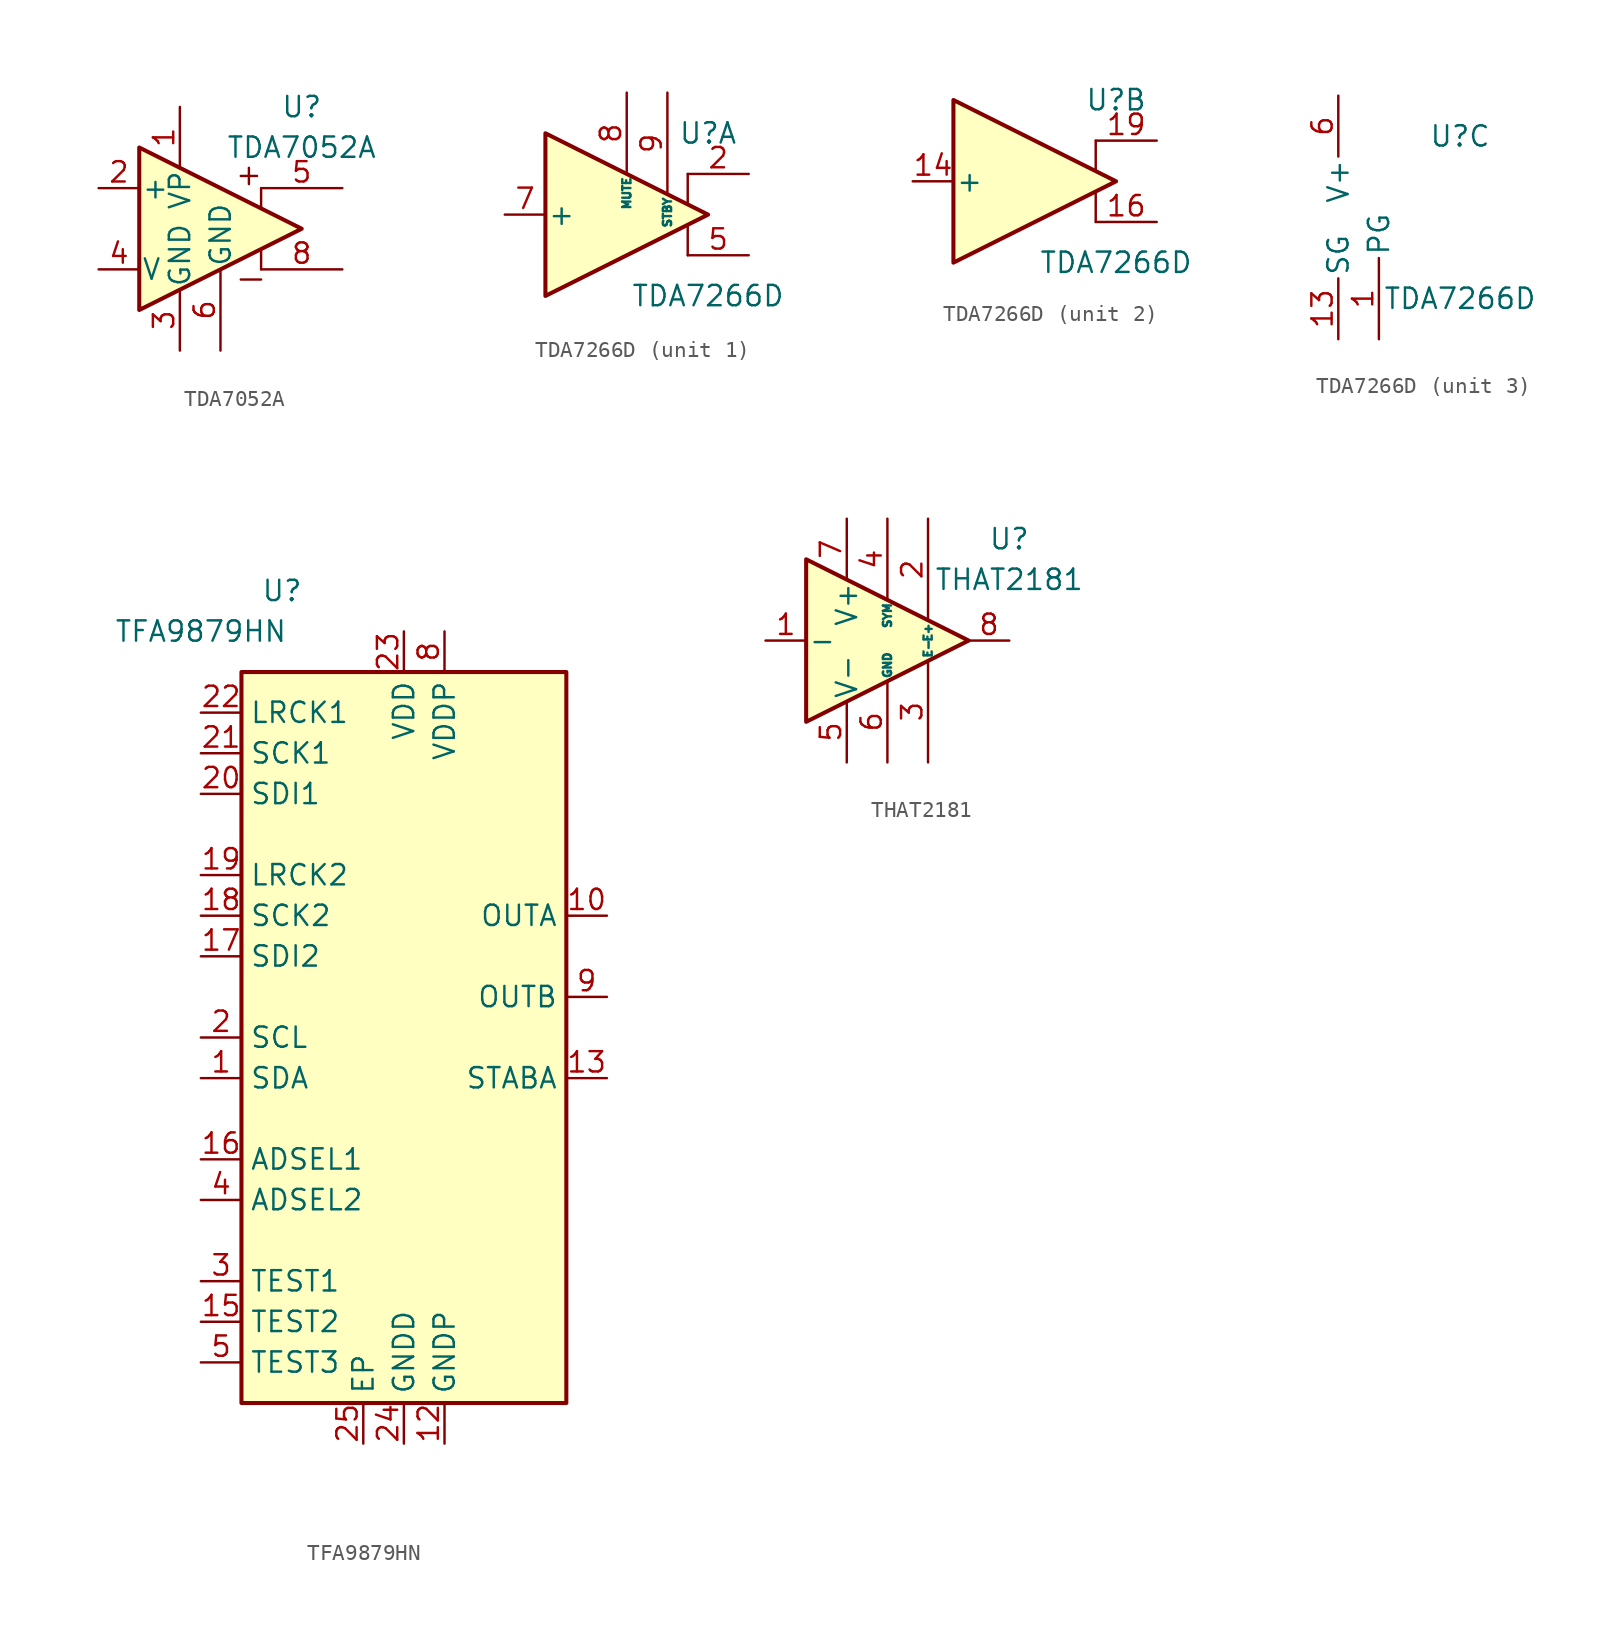
<source format=kicad_sym>
(kicad_symbol_lib
  (version 20211014)
  (generator kicad_symbol_editor)
  (symbol "TDA7052A"
    (pin_names
      (offset 0.127))
    (property "Reference" "U"
      (at 5.08 7.62 0)
      (effects (font (size 1.27 1.27))))
    (property "Value" "TDA7052A"
      (at 5.08 5.08 0)
      (effects (font (size 1.27 1.27))))
    (symbol "TDA7052A_0_1"
      (polyline (pts (xy 1.27 -3.175) (xy 2.54 -3.175)) (stroke (width 0) (type default) (color 0 0 0 0)) (fill (type none)))
      (polyline (pts (xy 2.54 -1.27) (xy 2.54 -2.54)) (stroke (width 0) (type default) (color 0 0 0 0)) (fill (type none)))
      (polyline (pts (xy 2.54 2.54) (xy 2.54 1.27)) (stroke (width 0) (type default) (color 0 0 0 0)) (fill (type none)))
      (polyline (pts (xy 5.08 0) (xy -5.08 5.08) (xy -5.08 -5.08) (xy 5.08 0)) (stroke (width 0.254) (type default) (color 0 0 0 0)) (fill (type background))))
    (symbol "TDA7052A_1_1"
      (polyline (pts (xy 1.778 3.81) (xy 1.778 2.794)) (stroke (width 0) (type default) (color 0 0 0 0)) (fill (type none)))
      (polyline (pts (xy 2.286 3.302) (xy 1.27 3.302)) (stroke (width 0) (type default) (color 0 0 0 0)) (fill (type none)))
      (pin power_in line (at -2.54 7.62 270) (length 3.81) (name "VP" (effects (font (size 1.27 1.27)))) (number "1" (effects (font (size 1.27 1.27)))))
      (pin input line (at -7.62 2.54 0) (length 2.54) (name "+" (effects (font (size 1.27 1.27)))) (number "2" (effects (font (size 1.27 1.27)))))
      (pin power_in line (at -2.54 -7.62 90) (length 3.81) (name "GND" (effects (font (size 1.27 1.27)))) (number "3" (effects (font (size 1.27 1.27)))))
      (pin input line (at -7.62 -2.54 0) (length 2.54) (name "V" (effects (font (size 1.27 1.27)))) (number "4" (effects (font (size 1.27 1.27)))))
      (pin output line (at 7.62 2.54 180) (length 5.08) (name "~" (effects (font (size 1.27 1.27)))) (number "5" (effects (font (size 1.27 1.27)))))
      (pin power_in line (at 0 -7.62 90) (length 5.08) (name "GND" (effects (font (size 1.27 1.27)))) (number "6" (effects (font (size 1.27 1.27)))))
      (pin no_connect line (at 0 2.54 270) (length 2.54) hide (name "NC" (effects (font (size 1.27 1.27)))) (number "7" (effects (font (size 1.27 1.27)))))
      (pin output line (at 7.62 -2.54 180) (length 5.08) (name "~" (effects (font (size 1.27 1.27)))) (number "8" (effects (font (size 1.27 1.27)))))))
  (symbol "TDA7266D"
    (pin_names
      (offset 0.127))
    (property "Reference" "U"
      (at 5.08 5.08 0)
      (effects (font (size 1.27 1.27))))
    (property "Value" "TDA7266D"
      (at 5.08 -5.08 0)
      (effects (font (size 1.27 1.27))))
    (property "ki_locked" ""
      (at 0 0 0)
      (effects (font (size 1.27 1.27))))
    (symbol "TDA7266D_1_1"
      (polyline (pts (xy 3.81 -0.635) (xy 3.81 -2.54)) (stroke (width 0) (type default) (color 0 0 0 0)) (fill (type none)))
      (polyline (pts (xy 3.81 2.54) (xy 3.81 0.635)) (stroke (width 0) (type default) (color 0 0 0 0)) (fill (type none)))
      (polyline (pts (xy 5.08 0) (xy -5.08 5.08) (xy -5.08 -5.08) (xy 5.08 0)) (stroke (width 0.254) (type default) (color 0 0 0 0)) (fill (type background)))
      (pin no_connect line (at 2.54 2.54 270) (length 2.54) hide (name "NC" (effects (font (size 1.27 1.27)))) (number "12" (effects (font (size 1.27 1.27)))))
      (pin no_connect line (at -2.54 -2.54 90) (length 2.54) hide (name "NC" (effects (font (size 1.27 1.27)))) (number "17" (effects (font (size 1.27 1.27)))))
      (pin no_connect line (at 0 -2.54 90) (length 2.54) hide (name "NC" (effects (font (size 1.27 1.27)))) (number "18" (effects (font (size 1.27 1.27)))))
      (pin output line (at 7.62 2.54 180) (length 3.81) (name "~" (effects (font (size 1.27 1.27)))) (number "2" (effects (font (size 1.27 1.27)))))
      (pin no_connect line (at -2.54 2.54 270) (length 2.54) hide (name "NC" (effects (font (size 1.27 1.27)))) (number "3" (effects (font (size 1.27 1.27)))))
      (pin no_connect line (at 0 2.54 270) (length 2.54) hide (name "NC" (effects (font (size 1.27 1.27)))) (number "4" (effects (font (size 1.27 1.27)))))
      (pin output line (at 7.62 -2.54 180) (length 3.81) (name "~" (effects (font (size 1.27 1.27)))) (number "5" (effects (font (size 1.27 1.27)))))
      (pin input line (at -7.62 0 0) (length 2.54) (name "+" (effects (font (size 1.27 1.27)))) (number "7" (effects (font (size 1.27 1.27)))))
      (pin input line (at 0 7.62 270) (length 5.08) (name "MUTE" (effects (font (size 0.508 0.508)))) (number "8" (effects (font (size 1.27 1.27)))))
      (pin input line (at 2.54 7.62 270) (length 6.35) (name "STBY" (effects (font (size 0.508 0.508)))) (number "9" (effects (font (size 1.27 1.27))))))
    (symbol "TDA7266D_2_1"
      (polyline (pts (xy 3.81 -0.635) (xy 3.81 -2.54)) (stroke (width 0) (type default) (color 0 0 0 0)) (fill (type none)))
      (polyline (pts (xy 3.81 2.54) (xy 3.81 0.635)) (stroke (width 0) (type default) (color 0 0 0 0)) (fill (type none)))
      (polyline (pts (xy 5.08 0) (xy -5.08 5.08) (xy -5.08 -5.08) (xy 5.08 0)) (stroke (width 0.254) (type default) (color 0 0 0 0)) (fill (type background)))
      (pin input line (at -7.62 0 0) (length 2.54) (name "+" (effects (font (size 1.27 1.27)))) (number "14" (effects (font (size 1.27 1.27)))))
      (pin output line (at 7.62 -2.54 180) (length 3.81) (name "~" (effects (font (size 1.27 1.27)))) (number "16" (effects (font (size 1.27 1.27)))))
      (pin output line (at 7.62 2.54 180) (length 3.81) (name "~" (effects (font (size 1.27 1.27)))) (number "19" (effects (font (size 1.27 1.27))))))
    (symbol "TDA7266D_3_1"
      (pin power_in line (at 0 -7.62 90) (length 5.08) (name "PG" (effects (font (size 1.27 1.27)))) (number "1" (effects (font (size 1.27 1.27)))))
      (pin passive line (at 0 -7.62 90) (length 5.08) hide (name "PG" (effects (font (size 1.27 1.27)))) (number "10" (effects (font (size 1.27 1.27)))))
      (pin passive line (at 0 -7.62 90) (length 5.08) hide (name "PG" (effects (font (size 1.27 1.27)))) (number "11" (effects (font (size 1.27 1.27)))))
      (pin power_in line (at -2.54 -7.62 90) (length 3.81) (name "SG" (effects (font (size 1.27 1.27)))) (number "13" (effects (font (size 1.27 1.27)))))
      (pin passive line (at -2.54 7.62 270) (length 3.81) hide (name "V+" (effects (font (size 1.27 1.27)))) (number "15" (effects (font (size 1.27 1.27)))))
      (pin passive line (at 0 -7.62 90) (length 5.08) hide (name "PG" (effects (font (size 1.27 1.27)))) (number "20" (effects (font (size 1.27 1.27)))))
      (pin power_in line (at -2.54 7.62 270) (length 3.81) (name "V+" (effects (font (size 1.27 1.27)))) (number "6" (effects (font (size 1.27 1.27)))))))
  (symbol "TFA9879HN"
    (property "Reference" "U"
      (at -7.62 27.94 0)
      (effects (font (size 1.27 1.27))))
    (property "Value" "TFA9879HN"
      (at -12.7 25.4 0)
      (effects (font (size 1.27 1.27))))
    (symbol "TFA9879HN_0_1"
      (polyline (pts (xy -10.16 22.86) (xy 10.16 22.86) (xy 10.16 -22.86) (xy -10.16 -22.86) (xy -10.16 22.86)) (stroke (width 0.254) (type default) (color 0 0 0 0)) (fill (type background))))
    (symbol "TFA9879HN_1_1"
      (pin bidirectional line (at -12.7 -2.54 0) (length 2.54) (name "SDA" (effects (font (size 1.27 1.27)))) (number "1" (effects (font (size 1.27 1.27)))))
      (pin output line (at 12.7 7.62 180) (length 2.54) (name "OUTA" (effects (font (size 1.27 1.27)))) (number "10" (effects (font (size 1.27 1.27)))))
      (pin passive line (at 2.54 -25.4 90) (length 2.54) hide (name "GNDP" (effects (font (size 1.27 1.27)))) (number "11" (effects (font (size 1.27 1.27)))))
      (pin power_in line (at 2.54 -25.4 90) (length 2.54) (name "GNDP" (effects (font (size 1.27 1.27)))) (number "12" (effects (font (size 1.27 1.27)))))
      (pin output line (at 12.7 -2.54 180) (length 2.54) (name "STABA" (effects (font (size 1.27 1.27)))) (number "13" (effects (font (size 1.27 1.27)))))
      (pin no_connect line (at 10.16 -10.16 180) (length 2.54) hide (name "NC" (effects (font (size 1.27 1.27)))) (number "14" (effects (font (size 1.27 1.27)))))
      (pin input line (at -12.7 -17.78 0) (length 2.54) (name "TEST2" (effects (font (size 1.27 1.27)))) (number "15" (effects (font (size 1.27 1.27)))))
      (pin input line (at -12.7 -7.62 0) (length 2.54) (name "ADSEL1" (effects (font (size 1.27 1.27)))) (number "16" (effects (font (size 1.27 1.27)))))
      (pin input line (at -12.7 5.08 0) (length 2.54) (name "SDI2" (effects (font (size 1.27 1.27)))) (number "17" (effects (font (size 1.27 1.27)))))
      (pin input line (at -12.7 7.62 0) (length 2.54) (name "SCK2" (effects (font (size 1.27 1.27)))) (number "18" (effects (font (size 1.27 1.27)))))
      (pin input line (at -12.7 10.16 0) (length 2.54) (name "LRCK2" (effects (font (size 1.27 1.27)))) (number "19" (effects (font (size 1.27 1.27)))))
      (pin input line (at -12.7 0 0) (length 2.54) (name "SCL" (effects (font (size 1.27 1.27)))) (number "2" (effects (font (size 1.27 1.27)))))
      (pin input line (at -12.7 15.24 0) (length 2.54) (name "SDI1" (effects (font (size 1.27 1.27)))) (number "20" (effects (font (size 1.27 1.27)))))
      (pin input line (at -12.7 17.78 0) (length 2.54) (name "SCK1" (effects (font (size 1.27 1.27)))) (number "21" (effects (font (size 1.27 1.27)))))
      (pin input line (at -12.7 20.32 0) (length 2.54) (name "LRCK1" (effects (font (size 1.27 1.27)))) (number "22" (effects (font (size 1.27 1.27)))))
      (pin power_in line (at 0 25.4 270) (length 2.54) (name "VDD" (effects (font (size 1.27 1.27)))) (number "23" (effects (font (size 1.27 1.27)))))
      (pin power_in line (at 0 -25.4 90) (length 2.54) (name "GNDD" (effects (font (size 1.27 1.27)))) (number "24" (effects (font (size 1.27 1.27)))))
      (pin passive line (at -2.54 -25.4 90) (length 2.54) (name "EP" (effects (font (size 1.27 1.27)))) (number "25" (effects (font (size 1.27 1.27)))))
      (pin input line (at -12.7 -15.24 0) (length 2.54) (name "TEST1" (effects (font (size 1.27 1.27)))) (number "3" (effects (font (size 1.27 1.27)))))
      (pin input line (at -12.7 -10.16 0) (length 2.54) (name "ADSEL2" (effects (font (size 1.27 1.27)))) (number "4" (effects (font (size 1.27 1.27)))))
      (pin input line (at -12.7 -20.32 0) (length 2.54) (name "TEST3" (effects (font (size 1.27 1.27)))) (number "5" (effects (font (size 1.27 1.27)))))
      (pin no_connect line (at 10.16 -12.7 180) (length 2.54) hide (name "NC" (effects (font (size 1.27 1.27)))) (number "6" (effects (font (size 1.27 1.27)))))
      (pin passive line (at 2.54 25.4 270) (length 2.54) hide (name "VDDP" (effects (font (size 1.27 1.27)))) (number "7" (effects (font (size 1.27 1.27)))))
      (pin power_in line (at 2.54 25.4 270) (length 2.54) (name "VDDP" (effects (font (size 1.27 1.27)))) (number "8" (effects (font (size 1.27 1.27)))))
      (pin output line (at 12.7 2.54 180) (length 2.54) (name "OUTB" (effects (font (size 1.27 1.27)))) (number "9" (effects (font (size 1.27 1.27)))))))
  (symbol "THAT2181"
    (pin_names
      (offset 0.127))
    (property "Reference" "U"
      (at 7.62 6.35 0)
      (effects (font (size 1.27 1.27))))
    (property "Value" "THAT2181"
      (at 7.62 3.81 0)
      (effects (font (size 1.27 1.27))))
    (symbol "THAT2181_0_0"
      (pin power_in line (at -2.54 -7.62 90) (length 3.81) (name "V-" (effects (font (size 1.27 1.27)))) (number "5" (effects (font (size 1.27 1.27)))))
      (pin power_in line (at 0 -7.62 90) (length 5.08) (name "GND" (effects (font (size 0.508 0.508)))) (number "6" (effects (font (size 1.27 1.27)))))
      (pin power_in line (at -2.54 7.62 270) (length 3.81) (name "V+" (effects (font (size 1.27 1.27)))) (number "7" (effects (font (size 1.27 1.27))))))
    (symbol "THAT2181_0_1"
      (polyline (pts (xy -5.08 5.08) (xy 5.08 0) (xy -5.08 -5.08) (xy -5.08 5.08)) (stroke (width 0.254) (type default) (color 0 0 0 0)) (fill (type background))))
    (symbol "THAT2181_1_1"
      (pin input line (at -7.62 0 0) (length 2.54) (name "-" (effects (font (size 1.27 1.27)))) (number "1" (effects (font (size 1.27 1.27)))))
      (pin input line (at 2.54 7.62 270) (length 6.35) (name "E+" (effects (font (size 0.508 0.508)))) (number "2" (effects (font (size 1.27 1.27)))))
      (pin input line (at 2.54 -7.62 90) (length 6.35) (name "E-" (effects (font (size 0.508 0.508)))) (number "3" (effects (font (size 1.27 1.27)))))
      (pin input line (at 0 7.62 270) (length 5.08) (name "SYM" (effects (font (size 0.508 0.508)))) (number "4" (effects (font (size 1.27 1.27)))))
      (pin output line (at 7.62 0 180) (length 2.54) (name "~" (effects (font (size 1.27 1.27)))) (number "8" (effects (font (size 1.27 1.27))))))))
</source>
